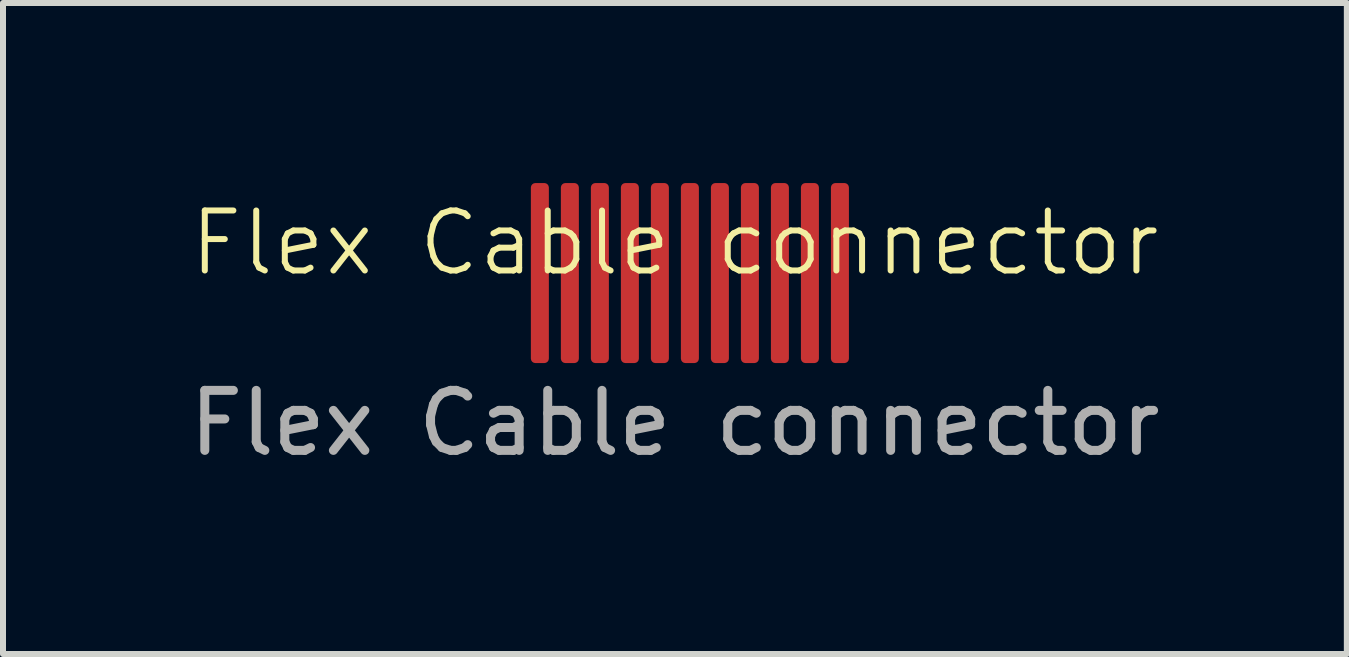
<source format=kicad_pcb>
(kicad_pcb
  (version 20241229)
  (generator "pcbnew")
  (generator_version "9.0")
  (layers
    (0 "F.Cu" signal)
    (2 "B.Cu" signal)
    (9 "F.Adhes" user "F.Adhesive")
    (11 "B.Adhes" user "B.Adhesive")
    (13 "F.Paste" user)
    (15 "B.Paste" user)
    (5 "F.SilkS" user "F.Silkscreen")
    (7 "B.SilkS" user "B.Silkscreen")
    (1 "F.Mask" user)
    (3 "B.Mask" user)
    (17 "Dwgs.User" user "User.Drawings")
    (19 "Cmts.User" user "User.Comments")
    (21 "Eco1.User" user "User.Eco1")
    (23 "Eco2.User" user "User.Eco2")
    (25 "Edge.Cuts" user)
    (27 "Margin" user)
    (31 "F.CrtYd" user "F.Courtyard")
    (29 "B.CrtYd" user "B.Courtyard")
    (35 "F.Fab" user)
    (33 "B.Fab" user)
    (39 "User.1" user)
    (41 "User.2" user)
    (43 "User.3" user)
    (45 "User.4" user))
  (footprint "Flex Cable connector"
    (layer "F.Cu")
    (at 8.196 1.5)
    (property "Reference" "Flex Cable connector" (at 0 -0.5 0) (unlocked yes) (layer "F.SilkS") (effects (font (size 1 1) (thickness 0.1))))
    (attr smd)
    (fp_text user "${REFERENCE}" (at 0 2.5 0) (unlocked yes) (layer "F.Fab") (effects (font (size 1 1) (thickness 0.15))))
    (pad "1" smd roundrect (at -2.25 0) (size 0.3 3) (layers "F.Cu" "F.Mask" "F.Paste") (roundrect_rratio 0.25))
    (pad "2" smd roundrect (at -1.75 0) (size 0.3 3) (layers "F.Cu" "F.Mask" "F.Paste") (roundrect_rratio 0.25))
    (pad "3" smd roundrect (at -1.25 0) (size 0.3 3) (layers "F.Cu" "F.Mask" "F.Paste") (roundrect_rratio 0.25))
    (pad "4" smd roundrect (at -0.75 0) (size 0.3 3) (layers "F.Cu" "F.Mask" "F.Paste") (roundrect_rratio 0.25))
    (pad "5" smd roundrect (at -0.25 0) (size 0.3 3) (layers "F.Cu" "F.Mask" "F.Paste") (roundrect_rratio 0.25))
    (pad "6" smd roundrect (at 0.25 0) (size 0.3 3) (layers "F.Cu" "F.Mask" "F.Paste") (roundrect_rratio 0.25))
    (pad "7" smd roundrect (at 0.75 0) (size 0.3 3) (layers "F.Cu" "F.Mask" "F.Paste") (roundrect_rratio 0.25))
    (pad "8" smd roundrect (at 1.25 0) (size 0.3 3) (layers "F.Cu" "F.Mask" "F.Paste") (roundrect_rratio 0.25))
    (pad "9" smd roundrect (at 1.75 0) (size 0.3 3) (layers "F.Cu" "F.Mask" "F.Paste") (roundrect_rratio 0.25))
    (pad "10" smd roundrect (at 2.25 0) (size 0.3 3) (layers "F.Cu" "F.Mask" "F.Paste") (roundrect_rratio 0.25))
    (pad "11" smd roundrect (at 2.75 0) (size 0.3 3) (layers "F.Cu" "F.Mask" "F.Paste") (roundrect_rratio 0.25)))
  (gr_rect
    (start -3 -3)
    (end 19.393 7.848)
    (stroke (width 0.1) (type default))
    (fill no)
    (layer "Edge.Cuts")))
</source>
